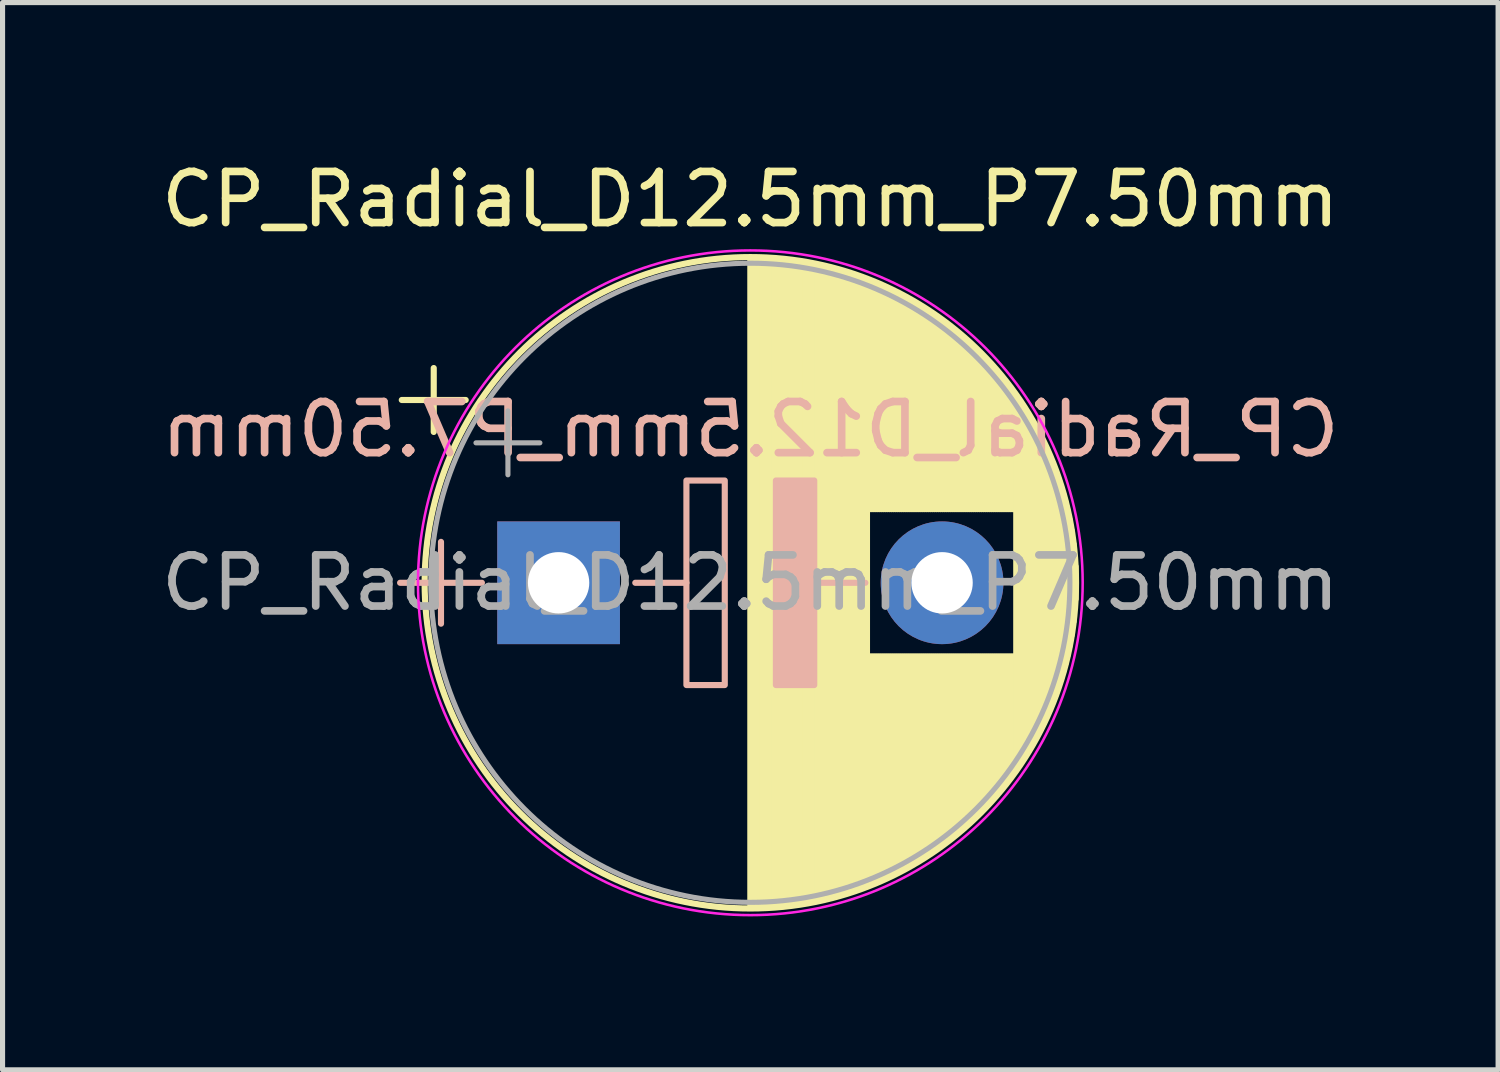
<source format=kicad_pcb>
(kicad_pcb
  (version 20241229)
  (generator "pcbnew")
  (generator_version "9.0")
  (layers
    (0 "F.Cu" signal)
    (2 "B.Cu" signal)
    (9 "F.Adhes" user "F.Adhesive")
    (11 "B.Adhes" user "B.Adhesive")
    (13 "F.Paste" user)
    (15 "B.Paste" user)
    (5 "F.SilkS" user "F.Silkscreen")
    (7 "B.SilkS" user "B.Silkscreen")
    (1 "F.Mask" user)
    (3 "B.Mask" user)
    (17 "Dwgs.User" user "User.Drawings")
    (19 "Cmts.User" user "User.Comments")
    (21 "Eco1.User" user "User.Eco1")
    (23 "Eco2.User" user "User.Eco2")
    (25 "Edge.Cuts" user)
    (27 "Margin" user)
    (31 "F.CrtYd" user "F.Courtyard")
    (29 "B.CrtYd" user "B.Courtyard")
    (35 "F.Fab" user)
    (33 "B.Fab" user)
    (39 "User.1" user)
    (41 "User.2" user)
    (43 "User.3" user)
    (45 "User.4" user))
  (footprint "CP_Radial_D12.5mm_P7.50mm"
    (layer "F.Cu")
    (at 7.875 8.348)
    (property "Reference" "CP_Radial_D12.5mm_P7.50mm" (at 3.75 -7.5 0) (layer "F.SilkS") (effects (font (size 1 1) (thickness 0.15))))
    (fp_line (start -3.067 -3.575) (end -1.817 -3.575) (stroke (width 0.12) (type solid)) (layer "F.SilkS"))
    (fp_line (start -2.442 -4.2) (end -2.442 -2.95) (stroke (width 0.12) (type solid)) (layer "F.SilkS"))
    (fp_line (start 3.75 -6.33) (end 3.75 6.33) (stroke (width 0.12) (type solid)) (layer "F.SilkS"))
    (fp_line (start 3.79 -6.33) (end 3.79 6.33) (stroke (width 0.12) (type solid)) (layer "F.SilkS"))
    (fp_line (start 3.83 -6.33) (end 3.83 6.33) (stroke (width 0.12) (type solid)) (layer "F.SilkS"))
    (fp_line (start 3.87 -6.329) (end 3.87 6.329) (stroke (width 0.12) (type solid)) (layer "F.SilkS"))
    (fp_line (start 3.91 -6.328) (end 3.91 6.328) (stroke (width 0.12) (type solid)) (layer "F.SilkS"))
    (fp_line (start 3.95 -6.327) (end 3.95 6.327) (stroke (width 0.12) (type solid)) (layer "F.SilkS"))
    (fp_line (start 3.99 -6.326) (end 3.99 6.326) (stroke (width 0.12) (type solid)) (layer "F.SilkS"))
    (fp_line (start 4.03 -6.324) (end 4.03 6.324) (stroke (width 0.12) (type solid)) (layer "F.SilkS"))
    (fp_line (start 4.07 -6.322) (end 4.07 6.322) (stroke (width 0.12) (type solid)) (layer "F.SilkS"))
    (fp_line (start 4.11 -6.32) (end 4.11 6.32) (stroke (width 0.12) (type solid)) (layer "F.SilkS"))
    (fp_line (start 4.15 -6.318) (end 4.15 6.318) (stroke (width 0.12) (type solid)) (layer "F.SilkS"))
    (fp_line (start 4.19 -6.315) (end 4.19 6.315) (stroke (width 0.12) (type solid)) (layer "F.SilkS"))
    (fp_line (start 4.23 -6.312) (end 4.23 6.312) (stroke (width 0.12) (type solid)) (layer "F.SilkS"))
    (fp_line (start 4.27 -6.309) (end 4.27 6.309) (stroke (width 0.12) (type solid)) (layer "F.SilkS"))
    (fp_line (start 4.31 -6.306) (end 4.31 6.306) (stroke (width 0.12) (type solid)) (layer "F.SilkS"))
    (fp_line (start 4.35 -6.302) (end 4.35 6.302) (stroke (width 0.12) (type solid)) (layer "F.SilkS"))
    (fp_line (start 4.39 -6.298) (end 4.39 6.298) (stroke (width 0.12) (type solid)) (layer "F.SilkS"))
    (fp_line (start 4.43 -6.294) (end 4.43 6.294) (stroke (width 0.12) (type solid)) (layer "F.SilkS"))
    (fp_line (start 4.471 -6.29) (end 4.471 6.29) (stroke (width 0.12) (type solid)) (layer "F.SilkS"))
    (fp_line (start 4.511 -6.285) (end 4.511 6.285) (stroke (width 0.12) (type solid)) (layer "F.SilkS"))
    (fp_line (start 4.551 -6.28) (end 4.551 6.28) (stroke (width 0.12) (type solid)) (layer "F.SilkS"))
    (fp_line (start 4.591 -6.275) (end 4.591 6.275) (stroke (width 0.12) (type solid)) (layer "F.SilkS"))
    (fp_line (start 4.631 -6.269) (end 4.631 6.269) (stroke (width 0.12) (type solid)) (layer "F.SilkS"))
    (fp_line (start 4.671 -6.264) (end 4.671 6.264) (stroke (width 0.12) (type solid)) (layer "F.SilkS"))
    (fp_line (start 4.711 -6.258) (end 4.711 6.258) (stroke (width 0.12) (type solid)) (layer "F.SilkS"))
    (fp_line (start 4.751 -6.252) (end 4.751 6.252) (stroke (width 0.12) (type solid)) (layer "F.SilkS"))
    (fp_line (start 4.791 -6.245) (end 4.791 6.245) (stroke (width 0.12) (type solid)) (layer "F.SilkS"))
    (fp_line (start 4.831 -6.238) (end 4.831 6.238) (stroke (width 0.12) (type solid)) (layer "F.SilkS"))
    (fp_line (start 4.871 -6.231) (end 4.871 6.231) (stroke (width 0.12) (type solid)) (layer "F.SilkS"))
    (fp_line (start 4.911 -6.224) (end 4.911 6.224) (stroke (width 0.12) (type solid)) (layer "F.SilkS"))
    (fp_line (start 4.951 -6.216) (end 4.951 6.216) (stroke (width 0.12) (type solid)) (layer "F.SilkS"))
    (fp_line (start 4.991 -6.209) (end 4.991 6.209) (stroke (width 0.12) (type solid)) (layer "F.SilkS"))
    (fp_line (start 5.031 -6.201) (end 5.031 6.201) (stroke (width 0.12) (type solid)) (layer "F.SilkS"))
    (fp_line (start 5.071 -6.192) (end 5.071 6.192) (stroke (width 0.12) (type solid)) (layer "F.SilkS"))
    (fp_line (start 5.111 -6.184) (end 5.111 6.184) (stroke (width 0.12) (type solid)) (layer "F.SilkS"))
    (fp_line (start 5.151 -6.175) (end 5.151 6.175) (stroke (width 0.12) (type solid)) (layer "F.SilkS"))
    (fp_line (start 5.191 -6.166) (end 5.191 6.166) (stroke (width 0.12) (type solid)) (layer "F.SilkS"))
    (fp_line (start 5.231 -6.156) (end 5.231 6.156) (stroke (width 0.12) (type solid)) (layer "F.SilkS"))
    (fp_line (start 5.271 -6.146) (end 5.271 6.146) (stroke (width 0.12) (type solid)) (layer "F.SilkS"))
    (fp_line (start 5.311 -6.137) (end 5.311 6.137) (stroke (width 0.12) (type solid)) (layer "F.SilkS"))
    (fp_line (start 5.351 -6.126) (end 5.351 6.126) (stroke (width 0.12) (type solid)) (layer "F.SilkS"))
    (fp_line (start 5.391 -6.116) (end 5.391 6.116) (stroke (width 0.12) (type solid)) (layer "F.SilkS"))
    (fp_line (start 5.431 -6.105) (end 5.431 6.105) (stroke (width 0.12) (type solid)) (layer "F.SilkS"))
    (fp_line (start 5.471 -6.094) (end 5.471 6.094) (stroke (width 0.12) (type solid)) (layer "F.SilkS"))
    (fp_line (start 5.511 -6.083) (end 5.511 6.083) (stroke (width 0.12) (type solid)) (layer "F.SilkS"))
    (fp_line (start 5.551 -6.071) (end 5.551 6.071) (stroke (width 0.12) (type solid)) (layer "F.SilkS"))
    (fp_line (start 5.591 -6.059) (end 5.591 6.059) (stroke (width 0.12) (type solid)) (layer "F.SilkS"))
    (fp_line (start 5.631 -6.047) (end 5.631 6.047) (stroke (width 0.12) (type solid)) (layer "F.SilkS"))
    (fp_line (start 5.671 -6.034) (end 5.671 6.034) (stroke (width 0.12) (type solid)) (layer "F.SilkS"))
    (fp_line (start 5.711 -6.021) (end 5.711 6.021) (stroke (width 0.12) (type solid)) (layer "F.SilkS"))
    (fp_line (start 5.751 -6.008) (end 5.751 6.008) (stroke (width 0.12) (type solid)) (layer "F.SilkS"))
    (fp_line (start 5.791 -5.995) (end 5.791 5.995) (stroke (width 0.12) (type solid)) (layer "F.SilkS"))
    (fp_line (start 5.831 -5.981) (end 5.831 5.981) (stroke (width 0.12) (type solid)) (layer "F.SilkS"))
    (fp_line (start 5.871 -5.967) (end 5.871 5.967) (stroke (width 0.12) (type solid)) (layer "F.SilkS"))
    (fp_line (start 5.911 -5.953) (end 5.911 5.953) (stroke (width 0.12) (type solid)) (layer "F.SilkS"))
    (fp_line (start 5.951 -5.939) (end 5.951 5.939) (stroke (width 0.12) (type solid)) (layer "F.SilkS"))
    (fp_line (start 5.991 -5.924) (end 5.991 5.924) (stroke (width 0.12) (type solid)) (layer "F.SilkS"))
    (fp_line (start 6.031 -5.908) (end 6.031 5.908) (stroke (width 0.12) (type solid)) (layer "F.SilkS"))
    (fp_line (start 6.071 -5.893) (end 6.071 -1.44) (stroke (width 0.12) (type solid)) (layer "F.SilkS"))
    (fp_line (start 6.071 1.44) (end 6.071 5.893) (stroke (width 0.12) (type solid)) (layer "F.SilkS"))
    (fp_line (start 6.111 -5.877) (end 6.111 -1.44) (stroke (width 0.12) (type solid)) (layer "F.SilkS"))
    (fp_line (start 6.111 1.44) (end 6.111 5.877) (stroke (width 0.12) (type solid)) (layer "F.SilkS"))
    (fp_line (start 6.151 -5.861) (end 6.151 -1.44) (stroke (width 0.12) (type solid)) (layer "F.SilkS"))
    (fp_line (start 6.151 1.44) (end 6.151 5.861) (stroke (width 0.12) (type solid)) (layer "F.SilkS"))
    (fp_line (start 6.191 -5.845) (end 6.191 -1.44) (stroke (width 0.12) (type solid)) (layer "F.SilkS"))
    (fp_line (start 6.191 1.44) (end 6.191 5.845) (stroke (width 0.12) (type solid)) (layer "F.SilkS"))
    (fp_line (start 6.231 -5.828) (end 6.231 -1.44) (stroke (width 0.12) (type solid)) (layer "F.SilkS"))
    (fp_line (start 6.231 1.44) (end 6.231 5.828) (stroke (width 0.12) (type solid)) (layer "F.SilkS"))
    (fp_line (start 6.271 -5.811) (end 6.271 -1.44) (stroke (width 0.12) (type solid)) (layer "F.SilkS"))
    (fp_line (start 6.271 1.44) (end 6.271 5.811) (stroke (width 0.12) (type solid)) (layer "F.SilkS"))
    (fp_line (start 6.311 -5.793) (end 6.311 -1.44) (stroke (width 0.12) (type solid)) (layer "F.SilkS"))
    (fp_line (start 6.311 1.44) (end 6.311 5.793) (stroke (width 0.12) (type solid)) (layer "F.SilkS"))
    (fp_line (start 6.351 -5.776) (end 6.351 -1.44) (stroke (width 0.12) (type solid)) (layer "F.SilkS"))
    (fp_line (start 6.351 1.44) (end 6.351 5.776) (stroke (width 0.12) (type solid)) (layer "F.SilkS"))
    (fp_line (start 6.391 -5.758) (end 6.391 -1.44) (stroke (width 0.12) (type solid)) (layer "F.SilkS"))
    (fp_line (start 6.391 1.44) (end 6.391 5.758) (stroke (width 0.12) (type solid)) (layer "F.SilkS"))
    (fp_line (start 6.431 -5.739) (end 6.431 -1.44) (stroke (width 0.12) (type solid)) (layer "F.SilkS"))
    (fp_line (start 6.431 1.44) (end 6.431 5.739) (stroke (width 0.12) (type solid)) (layer "F.SilkS"))
    (fp_line (start 6.471 -5.721) (end 6.471 -1.44) (stroke (width 0.12) (type solid)) (layer "F.SilkS"))
    (fp_line (start 6.471 1.44) (end 6.471 5.721) (stroke (width 0.12) (type solid)) (layer "F.SilkS"))
    (fp_line (start 6.511 -5.702) (end 6.511 -1.44) (stroke (width 0.12) (type solid)) (layer "F.SilkS"))
    (fp_line (start 6.511 1.44) (end 6.511 5.702) (stroke (width 0.12) (type solid)) (layer "F.SilkS"))
    (fp_line (start 6.551 -5.682) (end 6.551 -1.44) (stroke (width 0.12) (type solid)) (layer "F.SilkS"))
    (fp_line (start 6.551 1.44) (end 6.551 5.682) (stroke (width 0.12) (type solid)) (layer "F.SilkS"))
    (fp_line (start 6.591 -5.662) (end 6.591 -1.44) (stroke (width 0.12) (type solid)) (layer "F.SilkS"))
    (fp_line (start 6.591 1.44) (end 6.591 5.662) (stroke (width 0.12) (type solid)) (layer "F.SilkS"))
    (fp_line (start 6.631 -5.642) (end 6.631 -1.44) (stroke (width 0.12) (type solid)) (layer "F.SilkS"))
    (fp_line (start 6.631 1.44) (end 6.631 5.642) (stroke (width 0.12) (type solid)) (layer "F.SilkS"))
    (fp_line (start 6.671 -5.622) (end 6.671 -1.44) (stroke (width 0.12) (type solid)) (layer "F.SilkS"))
    (fp_line (start 6.671 1.44) (end 6.671 5.622) (stroke (width 0.12) (type solid)) (layer "F.SilkS"))
    (fp_line (start 6.711 -5.601) (end 6.711 -1.44) (stroke (width 0.12) (type solid)) (layer "F.SilkS"))
    (fp_line (start 6.711 1.44) (end 6.711 5.601) (stroke (width 0.12) (type solid)) (layer "F.SilkS"))
    (fp_line (start 6.751 -5.58) (end 6.751 -1.44) (stroke (width 0.12) (type solid)) (layer "F.SilkS"))
    (fp_line (start 6.751 1.44) (end 6.751 5.58) (stroke (width 0.12) (type solid)) (layer "F.SilkS"))
    (fp_line (start 6.791 -5.558) (end 6.791 -1.44) (stroke (width 0.12) (type solid)) (layer "F.SilkS"))
    (fp_line (start 6.791 1.44) (end 6.791 5.558) (stroke (width 0.12) (type solid)) (layer "F.SilkS"))
    (fp_line (start 6.831 -5.536) (end 6.831 -1.44) (stroke (width 0.12) (type solid)) (layer "F.SilkS"))
    (fp_line (start 6.831 1.44) (end 6.831 5.536) (stroke (width 0.12) (type solid)) (layer "F.SilkS"))
    (fp_line (start 6.871 -5.514) (end 6.871 -1.44) (stroke (width 0.12) (type solid)) (layer "F.SilkS"))
    (fp_line (start 6.871 1.44) (end 6.871 5.514) (stroke (width 0.12) (type solid)) (layer "F.SilkS"))
    (fp_line (start 6.911 -5.491) (end 6.911 -1.44) (stroke (width 0.12) (type solid)) (layer "F.SilkS"))
    (fp_line (start 6.911 1.44) (end 6.911 5.491) (stroke (width 0.12) (type solid)) (layer "F.SilkS"))
    (fp_line (start 6.951 -5.468) (end 6.951 -1.44) (stroke (width 0.12) (type solid)) (layer "F.SilkS"))
    (fp_line (start 6.951 1.44) (end 6.951 5.468) (stroke (width 0.12) (type solid)) (layer "F.SilkS"))
    (fp_line (start 6.991 -5.445) (end 6.991 -1.44) (stroke (width 0.12) (type solid)) (layer "F.SilkS"))
    (fp_line (start 6.991 1.44) (end 6.991 5.445) (stroke (width 0.12) (type solid)) (layer "F.SilkS"))
    (fp_line (start 7.031 -5.421) (end 7.031 -1.44) (stroke (width 0.12) (type solid)) (layer "F.SilkS"))
    (fp_line (start 7.031 1.44) (end 7.031 5.421) (stroke (width 0.12) (type solid)) (layer "F.SilkS"))
    (fp_line (start 7.071 -5.397) (end 7.071 -1.44) (stroke (width 0.12) (type solid)) (layer "F.SilkS"))
    (fp_line (start 7.071 1.44) (end 7.071 5.397) (stroke (width 0.12) (type solid)) (layer "F.SilkS"))
    (fp_line (start 7.111 -5.372) (end 7.111 -1.44) (stroke (width 0.12) (type solid)) (layer "F.SilkS"))
    (fp_line (start 7.111 1.44) (end 7.111 5.372) (stroke (width 0.12) (type solid)) (layer "F.SilkS"))
    (fp_line (start 7.151 -5.347) (end 7.151 -1.44) (stroke (width 0.12) (type solid)) (layer "F.SilkS"))
    (fp_line (start 7.151 1.44) (end 7.151 5.347) (stroke (width 0.12) (type solid)) (layer "F.SilkS"))
    (fp_line (start 7.191 -5.322) (end 7.191 -1.44) (stroke (width 0.12) (type solid)) (layer "F.SilkS"))
    (fp_line (start 7.191 1.44) (end 7.191 5.322) (stroke (width 0.12) (type solid)) (layer "F.SilkS"))
    (fp_line (start 7.231 -5.296) (end 7.231 -1.44) (stroke (width 0.12) (type solid)) (layer "F.SilkS"))
    (fp_line (start 7.231 1.44) (end 7.231 5.296) (stroke (width 0.12) (type solid)) (layer "F.SilkS"))
    (fp_line (start 7.271 -5.27) (end 7.271 -1.44) (stroke (width 0.12) (type solid)) (layer "F.SilkS"))
    (fp_line (start 7.271 1.44) (end 7.271 5.27) (stroke (width 0.12) (type solid)) (layer "F.SilkS"))
    (fp_line (start 7.311 -5.243) (end 7.311 -1.44) (stroke (width 0.12) (type solid)) (layer "F.SilkS"))
    (fp_line (start 7.311 1.44) (end 7.311 5.243) (stroke (width 0.12) (type solid)) (layer "F.SilkS"))
    (fp_line (start 7.351 -5.216) (end 7.351 -1.44) (stroke (width 0.12) (type solid)) (layer "F.SilkS"))
    (fp_line (start 7.351 1.44) (end 7.351 5.216) (stroke (width 0.12) (type solid)) (layer "F.SilkS"))
    (fp_line (start 7.391 -5.188) (end 7.391 -1.44) (stroke (width 0.12) (type solid)) (layer "F.SilkS"))
    (fp_line (start 7.391 1.44) (end 7.391 5.188) (stroke (width 0.12) (type solid)) (layer "F.SilkS"))
    (fp_line (start 7.431 -5.16) (end 7.431 -1.44) (stroke (width 0.12) (type solid)) (layer "F.SilkS"))
    (fp_line (start 7.431 1.44) (end 7.431 5.16) (stroke (width 0.12) (type solid)) (layer "F.SilkS"))
    (fp_line (start 7.471 -5.131) (end 7.471 -1.44) (stroke (width 0.12) (type solid)) (layer "F.SilkS"))
    (fp_line (start 7.471 1.44) (end 7.471 5.131) (stroke (width 0.12) (type solid)) (layer "F.SilkS"))
    (fp_line (start 7.511 -5.102) (end 7.511 -1.44) (stroke (width 0.12) (type solid)) (layer "F.SilkS"))
    (fp_line (start 7.511 1.44) (end 7.511 5.102) (stroke (width 0.12) (type solid)) (layer "F.SilkS"))
    (fp_line (start 7.551 -5.073) (end 7.551 -1.44) (stroke (width 0.12) (type solid)) (layer "F.SilkS"))
    (fp_line (start 7.551 1.44) (end 7.551 5.073) (stroke (width 0.12) (type solid)) (layer "F.SilkS"))
    (fp_line (start 7.591 -5.043) (end 7.591 -1.44) (stroke (width 0.12) (type solid)) (layer "F.SilkS"))
    (fp_line (start 7.591 1.44) (end 7.591 5.043) (stroke (width 0.12) (type solid)) (layer "F.SilkS"))
    (fp_line (start 7.631 -5.012) (end 7.631 -1.44) (stroke (width 0.12) (type solid)) (layer "F.SilkS"))
    (fp_line (start 7.631 1.44) (end 7.631 5.012) (stroke (width 0.12) (type solid)) (layer "F.SilkS"))
    (fp_line (start 7.671 -4.982) (end 7.671 -1.44) (stroke (width 0.12) (type solid)) (layer "F.SilkS"))
    (fp_line (start 7.671 1.44) (end 7.671 4.982) (stroke (width 0.12) (type solid)) (layer "F.SilkS"))
    (fp_line (start 7.711 -4.95) (end 7.711 -1.44) (stroke (width 0.12) (type solid)) (layer "F.SilkS"))
    (fp_line (start 7.711 1.44) (end 7.711 4.95) (stroke (width 0.12) (type solid)) (layer "F.SilkS"))
    (fp_line (start 7.751 -4.918) (end 7.751 -1.44) (stroke (width 0.12) (type solid)) (layer "F.SilkS"))
    (fp_line (start 7.751 1.44) (end 7.751 4.918) (stroke (width 0.12) (type solid)) (layer "F.SilkS"))
    (fp_line (start 7.791 -4.885) (end 7.791 -1.44) (stroke (width 0.12) (type solid)) (layer "F.SilkS"))
    (fp_line (start 7.791 1.44) (end 7.791 4.885) (stroke (width 0.12) (type solid)) (layer "F.SilkS"))
    (fp_line (start 7.831 -4.852) (end 7.831 -1.44) (stroke (width 0.12) (type solid)) (layer "F.SilkS"))
    (fp_line (start 7.831 1.44) (end 7.831 4.852) (stroke (width 0.12) (type solid)) (layer "F.SilkS"))
    (fp_line (start 7.871 -4.819) (end 7.871 -1.44) (stroke (width 0.12) (type solid)) (layer "F.SilkS"))
    (fp_line (start 7.871 1.44) (end 7.871 4.819) (stroke (width 0.12) (type solid)) (layer "F.SilkS"))
    (fp_line (start 7.911 -4.785) (end 7.911 -1.44) (stroke (width 0.12) (type solid)) (layer "F.SilkS"))
    (fp_line (start 7.911 1.44) (end 7.911 4.785) (stroke (width 0.12) (type solid)) (layer "F.SilkS"))
    (fp_line (start 7.951 -4.75) (end 7.951 -1.44) (stroke (width 0.12) (type solid)) (layer "F.SilkS"))
    (fp_line (start 7.951 1.44) (end 7.951 4.75) (stroke (width 0.12) (type solid)) (layer "F.SilkS"))
    (fp_line (start 7.991 -4.714) (end 7.991 -1.44) (stroke (width 0.12) (type solid)) (layer "F.SilkS"))
    (fp_line (start 7.991 1.44) (end 7.991 4.714) (stroke (width 0.12) (type solid)) (layer "F.SilkS"))
    (fp_line (start 8.031 -4.678) (end 8.031 -1.44) (stroke (width 0.12) (type solid)) (layer "F.SilkS"))
    (fp_line (start 8.031 1.44) (end 8.031 4.678) (stroke (width 0.12) (type solid)) (layer "F.SilkS"))
    (fp_line (start 8.071 -4.642) (end 8.071 -1.44) (stroke (width 0.12) (type solid)) (layer "F.SilkS"))
    (fp_line (start 8.071 1.44) (end 8.071 4.642) (stroke (width 0.12) (type solid)) (layer "F.SilkS"))
    (fp_line (start 8.111 -4.605) (end 8.111 -1.44) (stroke (width 0.12) (type solid)) (layer "F.SilkS"))
    (fp_line (start 8.111 1.44) (end 8.111 4.605) (stroke (width 0.12) (type solid)) (layer "F.SilkS"))
    (fp_line (start 8.151 -4.567) (end 8.151 -1.44) (stroke (width 0.12) (type solid)) (layer "F.SilkS"))
    (fp_line (start 8.151 1.44) (end 8.151 4.567) (stroke (width 0.12) (type solid)) (layer "F.SilkS"))
    (fp_line (start 8.191 -4.528) (end 8.191 -1.44) (stroke (width 0.12) (type solid)) (layer "F.SilkS"))
    (fp_line (start 8.191 1.44) (end 8.191 4.528) (stroke (width 0.12) (type solid)) (layer "F.SilkS"))
    (fp_line (start 8.231 -4.489) (end 8.231 -1.44) (stroke (width 0.12) (type solid)) (layer "F.SilkS"))
    (fp_line (start 8.231 1.44) (end 8.231 4.489) (stroke (width 0.12) (type solid)) (layer "F.SilkS"))
    (fp_line (start 8.271 -4.449) (end 8.271 -1.44) (stroke (width 0.12) (type solid)) (layer "F.SilkS"))
    (fp_line (start 8.271 1.44) (end 8.271 4.449) (stroke (width 0.12) (type solid)) (layer "F.SilkS"))
    (fp_line (start 8.311 -4.408) (end 8.311 -1.44) (stroke (width 0.12) (type solid)) (layer "F.SilkS"))
    (fp_line (start 8.311 1.44) (end 8.311 4.408) (stroke (width 0.12) (type solid)) (layer "F.SilkS"))
    (fp_line (start 8.351 -4.367) (end 8.351 -1.44) (stroke (width 0.12) (type solid)) (layer "F.SilkS"))
    (fp_line (start 8.351 1.44) (end 8.351 4.367) (stroke (width 0.12) (type solid)) (layer "F.SilkS"))
    (fp_line (start 8.391 -4.325) (end 8.391 -1.44) (stroke (width 0.12) (type solid)) (layer "F.SilkS"))
    (fp_line (start 8.391 1.44) (end 8.391 4.325) (stroke (width 0.12) (type solid)) (layer "F.SilkS"))
    (fp_line (start 8.431 -4.282) (end 8.431 -1.44) (stroke (width 0.12) (type solid)) (layer "F.SilkS"))
    (fp_line (start 8.431 1.44) (end 8.431 4.282) (stroke (width 0.12) (type solid)) (layer "F.SilkS"))
    (fp_line (start 8.471 -4.238) (end 8.471 -1.44) (stroke (width 0.12) (type solid)) (layer "F.SilkS"))
    (fp_line (start 8.471 1.44) (end 8.471 4.238) (stroke (width 0.12) (type solid)) (layer "F.SilkS"))
    (fp_line (start 8.511 -4.194) (end 8.511 -1.44) (stroke (width 0.12) (type solid)) (layer "F.SilkS"))
    (fp_line (start 8.511 1.44) (end 8.511 4.194) (stroke (width 0.12) (type solid)) (layer "F.SilkS"))
    (fp_line (start 8.551 -4.148) (end 8.551 -1.44) (stroke (width 0.12) (type solid)) (layer "F.SilkS"))
    (fp_line (start 8.551 1.44) (end 8.551 4.148) (stroke (width 0.12) (type solid)) (layer "F.SilkS"))
    (fp_line (start 8.591 -4.102) (end 8.591 -1.44) (stroke (width 0.12) (type solid)) (layer "F.SilkS"))
    (fp_line (start 8.591 1.44) (end 8.591 4.102) (stroke (width 0.12) (type solid)) (layer "F.SilkS"))
    (fp_line (start 8.631 -4.055) (end 8.631 -1.44) (stroke (width 0.12) (type solid)) (layer "F.SilkS"))
    (fp_line (start 8.631 1.44) (end 8.631 4.055) (stroke (width 0.12) (type solid)) (layer "F.SilkS"))
    (fp_line (start 8.671 -4.007) (end 8.671 -1.44) (stroke (width 0.12) (type solid)) (layer "F.SilkS"))
    (fp_line (start 8.671 1.44) (end 8.671 4.007) (stroke (width 0.12) (type solid)) (layer "F.SilkS"))
    (fp_line (start 8.711 -3.957) (end 8.711 -1.44) (stroke (width 0.12) (type solid)) (layer "F.SilkS"))
    (fp_line (start 8.711 1.44) (end 8.711 3.957) (stroke (width 0.12) (type solid)) (layer "F.SilkS"))
    (fp_line (start 8.751 -3.907) (end 8.751 -1.44) (stroke (width 0.12) (type solid)) (layer "F.SilkS"))
    (fp_line (start 8.751 1.44) (end 8.751 3.907) (stroke (width 0.12) (type solid)) (layer "F.SilkS"))
    (fp_line (start 8.791 -3.856) (end 8.791 -1.44) (stroke (width 0.12) (type solid)) (layer "F.SilkS"))
    (fp_line (start 8.791 1.44) (end 8.791 3.856) (stroke (width 0.12) (type solid)) (layer "F.SilkS"))
    (fp_line (start 8.831 -3.804) (end 8.831 -1.44) (stroke (width 0.12) (type solid)) (layer "F.SilkS"))
    (fp_line (start 8.831 1.44) (end 8.831 3.804) (stroke (width 0.12) (type solid)) (layer "F.SilkS"))
    (fp_line (start 8.871 -3.75) (end 8.871 -1.44) (stroke (width 0.12) (type solid)) (layer "F.SilkS"))
    (fp_line (start 8.871 1.44) (end 8.871 3.75) (stroke (width 0.12) (type solid)) (layer "F.SilkS"))
    (fp_line (start 8.911 -3.696) (end 8.911 -1.44) (stroke (width 0.12) (type solid)) (layer "F.SilkS"))
    (fp_line (start 8.911 1.44) (end 8.911 3.696) (stroke (width 0.12) (type solid)) (layer "F.SilkS"))
    (fp_line (start 8.951 -3.64) (end 8.951 3.64) (stroke (width 0.12) (type solid)) (layer "F.SilkS"))
    (fp_line (start 8.991 -3.583) (end 8.991 3.583) (stroke (width 0.12) (type solid)) (layer "F.SilkS"))
    (fp_line (start 9.031 -3.524) (end 9.031 3.524) (stroke (width 0.12) (type solid)) (layer "F.SilkS"))
    (fp_line (start 9.071 -3.464) (end 9.071 3.464) (stroke (width 0.12) (type solid)) (layer "F.SilkS"))
    (fp_line (start 9.111 -3.402) (end 9.111 3.402) (stroke (width 0.12) (type solid)) (layer "F.SilkS"))
    (fp_line (start 9.151 -3.339) (end 9.151 3.339) (stroke (width 0.12) (type solid)) (layer "F.SilkS"))
    (fp_line (start 9.191 -3.275) (end 9.191 3.275) (stroke (width 0.12) (type solid)) (layer "F.SilkS"))
    (fp_line (start 9.231 -3.208) (end 9.231 3.208) (stroke (width 0.12) (type solid)) (layer "F.SilkS"))
    (fp_line (start 9.271 -3.14) (end 9.271 3.14) (stroke (width 0.12) (type solid)) (layer "F.SilkS"))
    (fp_line (start 9.311 -3.069) (end 9.311 3.069) (stroke (width 0.12) (type solid)) (layer "F.SilkS"))
    (fp_line (start 9.351 -2.996) (end 9.351 2.996) (stroke (width 0.12) (type solid)) (layer "F.SilkS"))
    (fp_line (start 9.391 -2.921) (end 9.391 2.921) (stroke (width 0.12) (type solid)) (layer "F.SilkS"))
    (fp_line (start 9.431 -2.844) (end 9.431 2.844) (stroke (width 0.12) (type solid)) (layer "F.SilkS"))
    (fp_line (start 9.471 -2.764) (end 9.471 2.764) (stroke (width 0.12) (type solid)) (layer "F.SilkS"))
    (fp_line (start 9.511 -2.681) (end 9.511 2.681) (stroke (width 0.12) (type solid)) (layer "F.SilkS"))
    (fp_line (start 9.551 -2.594) (end 9.551 2.594) (stroke (width 0.12) (type solid)) (layer "F.SilkS"))
    (fp_line (start 9.591 -2.504) (end 9.591 2.504) (stroke (width 0.12) (type solid)) (layer "F.SilkS"))
    (fp_line (start 9.631 -2.41) (end 9.631 2.41) (stroke (width 0.12) (type solid)) (layer "F.SilkS"))
    (fp_line (start 9.671 -2.312) (end 9.671 2.312) (stroke (width 0.12) (type solid)) (layer "F.SilkS"))
    (fp_line (start 9.711 -2.209) (end 9.711 2.209) (stroke (width 0.12) (type solid)) (layer "F.SilkS"))
    (fp_line (start 9.751 -2.1) (end 9.751 2.1) (stroke (width 0.12) (type solid)) (layer "F.SilkS"))
    (fp_line (start 9.791 -1.984) (end 9.791 1.984) (stroke (width 0.12) (type solid)) (layer "F.SilkS"))
    (fp_line (start 9.831 -1.861) (end 9.831 1.861) (stroke (width 0.12) (type solid)) (layer "F.SilkS"))
    (fp_line (start 9.871 -1.728) (end 9.871 1.728) (stroke (width 0.12) (type solid)) (layer "F.SilkS"))
    (fp_line (start 9.911 -1.583) (end 9.911 1.583) (stroke (width 0.12) (type solid)) (layer "F.SilkS"))
    (fp_line (start 9.951 -1.422) (end 9.951 1.422) (stroke (width 0.12) (type solid)) (layer "F.SilkS"))
    (fp_line (start 9.991 -1.241) (end 9.991 1.241) (stroke (width 0.12) (type solid)) (layer "F.SilkS"))
    (fp_line (start 10.031 -1.028) (end 10.031 1.028) (stroke (width 0.12) (type solid)) (layer "F.SilkS"))
    (fp_line (start 10.071 -0.757) (end 10.071 0.757) (stroke (width 0.12) (type solid)) (layer "F.SilkS"))
    (fp_line (start 10.111 -0.317) (end 10.111 0.317) (stroke (width 0.12) (type solid)) (layer "F.SilkS"))
    (fp_circle (center 3.75 0) (end 10.12 0) (stroke (width 0.12) (type solid)) (fill no) (layer "F.SilkS"))
    (fp_line (start -2.3 -0.8) (end -2.3 0.8) (stroke (width 0.12) (type solid)) (layer "B.SilkS"))
    (fp_line (start -1.5 0) (end -3.1 0) (stroke (width 0.12) (type solid)) (layer "B.SilkS"))
    (fp_line (start 2.5 0) (end 1.5 0) (stroke (width 0.12) (type solid)) (layer "B.SilkS"))
    (fp_line (start 6 0) (end 5 0) (stroke (width 0.12) (type solid)) (layer "B.SilkS"))
    (fp_rect (start 2.5 -2) (end 3.25 2) (stroke (width 0.12) (type solid)) (fill no) (layer "B.SilkS"))
    (fp_rect (start 4.25 -2) (end 5 2) (stroke (width 0.12) (type solid)) (fill yes) (layer "B.SilkS"))
    (fp_circle (center 3.75 0) (end 10.25 0) (stroke (width 0.05) (type solid)) (fill no) (layer "F.CrtYd"))
    (fp_line (start -1.616 -2.737) (end -0.366 -2.737) (stroke (width 0.1) (type solid)) (layer "F.Fab"))
    (fp_line (start -0.991 -3.362) (end -0.991 -2.112) (stroke (width 0.1) (type solid)) (layer "F.Fab"))
    (fp_circle (center 3.75 0) (end 10 0) (stroke (width 0.1) (type solid)) (fill no) (layer "F.Fab"))
    (fp_text user "${REFERENCE}" (at 3.75 -3 0) (layer "B.SilkS") (effects (font (size 1 1) (thickness 0.15)) (justify mirror)))
    (fp_text user "${REFERENCE}" (at 3.75 0 0) (layer "F.Fab") (effects (font (size 1 1) (thickness 0.15))))
    (pad "1" thru_hole rect (at 0 0) (size 2.4 2.4) (drill 1.2) (layers "*.Cu" "*.Mask"))
    (pad "2" thru_hole circle (at 7.5 0) (size 2.4 2.4) (drill 1.2) (layers "*.Cu" "*.Mask")))
  (gr_rect
    (start -3 -3)
    (end 26.25 17.873)
    (stroke (width 0.1) (type default))
    (fill no)
    (layer "Edge.Cuts")))
</source>
